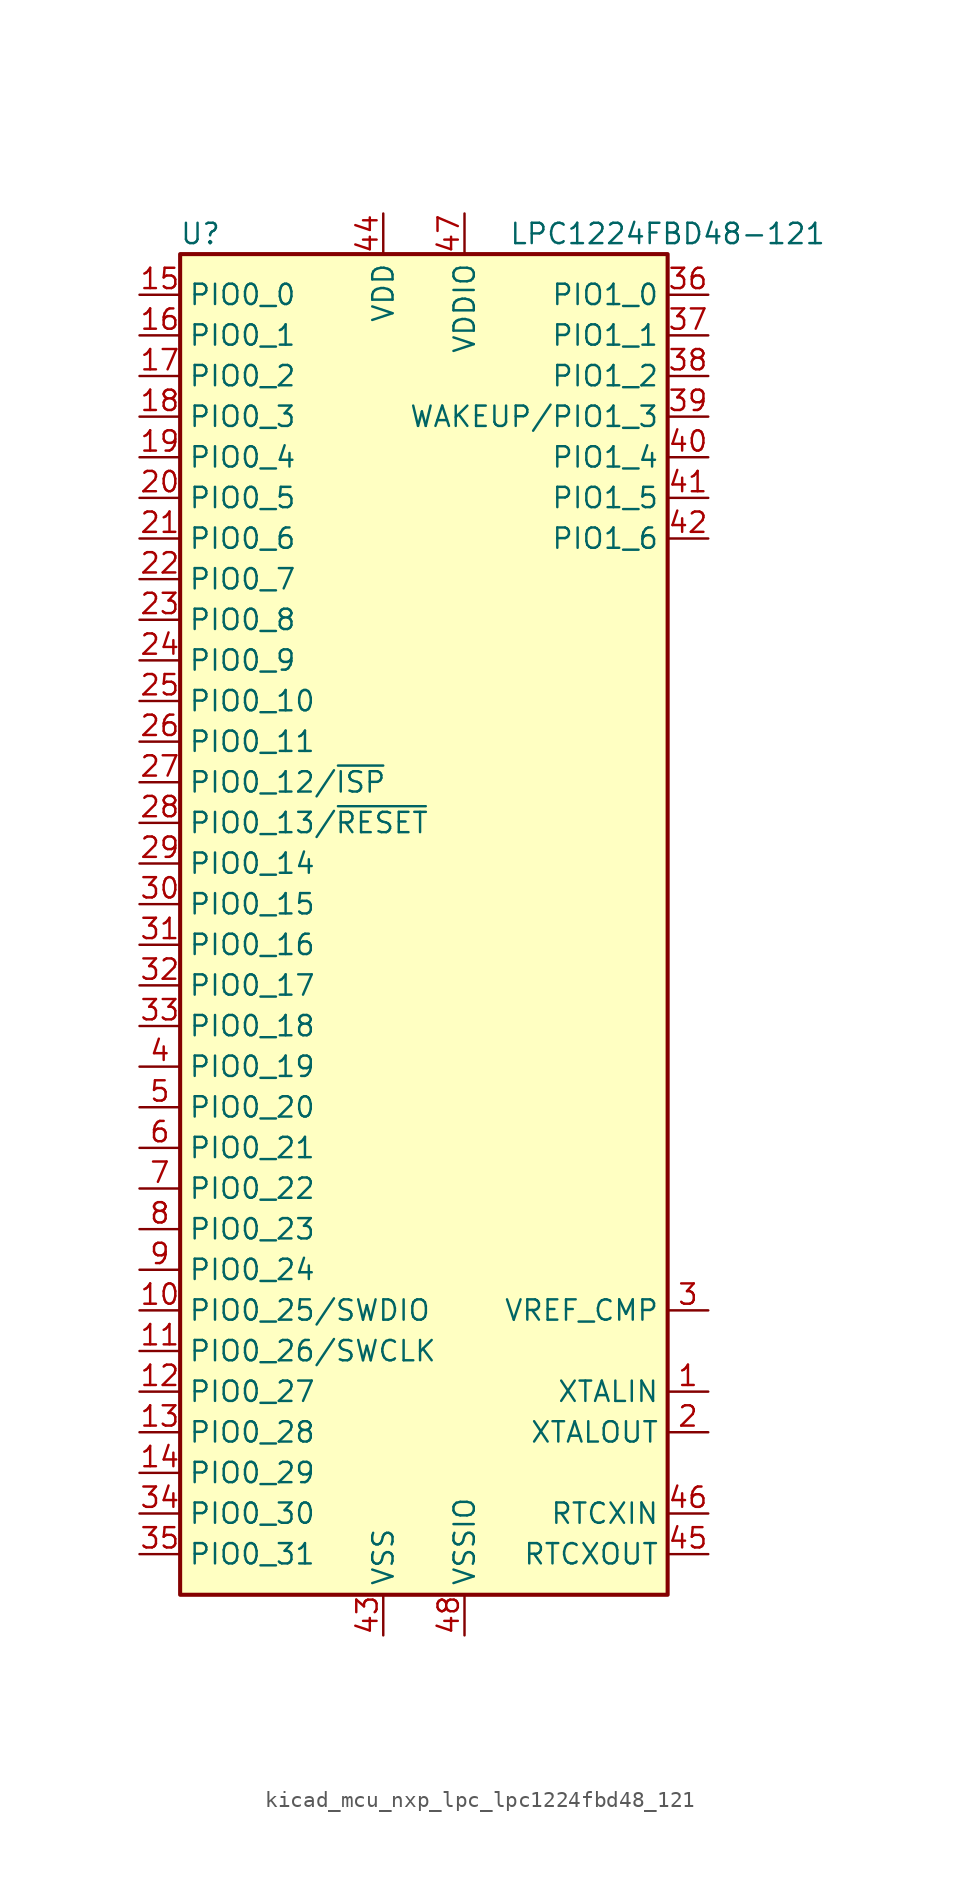
<source format=kicad_sym>
(kicad_symbol_lib
  (version 20220914)
  (generator kicad_symbol_editor)
  (symbol "kicad_mcu_nxp_lpc_lpc1224fbd48_121"
    (property "Reference" "U"
      (at -13.97 44.45 0)
      (effects (font (size 1.27 1.27))))
    (property "Value" "LPC1224FBD48-121"
      (at 15.24 44.45 0)
      (effects (font (size 1.27 1.27))))
    (symbol "kicad_mcu_nxp_lpc_lpc1224fbd48_121_0_1"
      (rectangle (start -15.24 43.18) (end 15.24 -40.64) (stroke (width 0.254) (type default)) (fill (type background))))
    (symbol "kicad_mcu_nxp_lpc_lpc1224fbd48_121_1_1"
      (pin input line (at 17.78 -27.94 180) (length 2.54) (name "XTALIN" (effects (font (size 1.27 1.27)))) (number "1" (effects (font (size 1.27 1.27)))))
      (pin bidirectional line (at -17.78 -22.86 0) (length 2.54) (name "PIO0_25/SWDIO" (effects (font (size 1.27 1.27)))) (number "10" (effects (font (size 1.27 1.27)))))
      (pin bidirectional line (at -17.78 -25.4 0) (length 2.54) (name "PIO0_26/SWCLK" (effects (font (size 1.27 1.27)))) (number "11" (effects (font (size 1.27 1.27)))))
      (pin bidirectional line (at -17.78 -27.94 0) (length 2.54) (name "PIO0_27" (effects (font (size 1.27 1.27)))) (number "12" (effects (font (size 1.27 1.27)))))
      (pin bidirectional line (at -17.78 -30.48 0) (length 2.54) (name "PIO0_28" (effects (font (size 1.27 1.27)))) (number "13" (effects (font (size 1.27 1.27)))))
      (pin bidirectional line (at -17.78 -33.02 0) (length 2.54) (name "PIO0_29" (effects (font (size 1.27 1.27)))) (number "14" (effects (font (size 1.27 1.27)))))
      (pin bidirectional line (at -17.78 40.64 0) (length 2.54) (name "PIO0_0" (effects (font (size 1.27 1.27)))) (number "15" (effects (font (size 1.27 1.27)))))
      (pin bidirectional line (at -17.78 38.1 0) (length 2.54) (name "PIO0_1" (effects (font (size 1.27 1.27)))) (number "16" (effects (font (size 1.27 1.27)))))
      (pin bidirectional line (at -17.78 35.56 0) (length 2.54) (name "PIO0_2" (effects (font (size 1.27 1.27)))) (number "17" (effects (font (size 1.27 1.27)))))
      (pin bidirectional line (at -17.78 33.02 0) (length 2.54) (name "PIO0_3" (effects (font (size 1.27 1.27)))) (number "18" (effects (font (size 1.27 1.27)))))
      (pin bidirectional line (at -17.78 30.48 0) (length 2.54) (name "PIO0_4" (effects (font (size 1.27 1.27)))) (number "19" (effects (font (size 1.27 1.27)))))
      (pin output line (at 17.78 -30.48 180) (length 2.54) (name "XTALOUT" (effects (font (size 1.27 1.27)))) (number "2" (effects (font (size 1.27 1.27)))))
      (pin bidirectional line (at -17.78 27.94 0) (length 2.54) (name "PIO0_5" (effects (font (size 1.27 1.27)))) (number "20" (effects (font (size 1.27 1.27)))))
      (pin bidirectional line (at -17.78 25.4 0) (length 2.54) (name "PIO0_6" (effects (font (size 1.27 1.27)))) (number "21" (effects (font (size 1.27 1.27)))))
      (pin bidirectional line (at -17.78 22.86 0) (length 2.54) (name "PIO0_7" (effects (font (size 1.27 1.27)))) (number "22" (effects (font (size 1.27 1.27)))))
      (pin bidirectional line (at -17.78 20.32 0) (length 2.54) (name "PIO0_8" (effects (font (size 1.27 1.27)))) (number "23" (effects (font (size 1.27 1.27)))))
      (pin bidirectional line (at -17.78 17.78 0) (length 2.54) (name "PIO0_9" (effects (font (size 1.27 1.27)))) (number "24" (effects (font (size 1.27 1.27)))))
      (pin bidirectional line (at -17.78 15.24 0) (length 2.54) (name "PIO0_10" (effects (font (size 1.27 1.27)))) (number "25" (effects (font (size 1.27 1.27)))))
      (pin bidirectional line (at -17.78 12.7 0) (length 2.54) (name "PIO0_11" (effects (font (size 1.27 1.27)))) (number "26" (effects (font (size 1.27 1.27)))))
      (pin bidirectional line (at -17.78 10.16 0) (length 2.54) (name "PIO0_12/~{ISP}" (effects (font (size 1.27 1.27)))) (number "27" (effects (font (size 1.27 1.27)))))
      (pin bidirectional line (at -17.78 7.62 0) (length 2.54) (name "PIO0_13/~{RESET}" (effects (font (size 1.27 1.27)))) (number "28" (effects (font (size 1.27 1.27)))))
      (pin bidirectional line (at -17.78 5.08 0) (length 2.54) (name "PIO0_14" (effects (font (size 1.27 1.27)))) (number "29" (effects (font (size 1.27 1.27)))))
      (pin input line (at 17.78 -22.86 180) (length 2.54) (name "VREF_CMP" (effects (font (size 1.27 1.27)))) (number "3" (effects (font (size 1.27 1.27)))))
      (pin bidirectional line (at -17.78 2.54 0) (length 2.54) (name "PIO0_15" (effects (font (size 1.27 1.27)))) (number "30" (effects (font (size 1.27 1.27)))))
      (pin bidirectional line (at -17.78 0 0) (length 2.54) (name "PIO0_16" (effects (font (size 1.27 1.27)))) (number "31" (effects (font (size 1.27 1.27)))))
      (pin bidirectional line (at -17.78 -2.54 0) (length 2.54) (name "PIO0_17" (effects (font (size 1.27 1.27)))) (number "32" (effects (font (size 1.27 1.27)))))
      (pin bidirectional line (at -17.78 -5.08 0) (length 2.54) (name "PIO0_18" (effects (font (size 1.27 1.27)))) (number "33" (effects (font (size 1.27 1.27)))))
      (pin bidirectional line (at -17.78 -35.56 0) (length 2.54) (name "PIO0_30" (effects (font (size 1.27 1.27)))) (number "34" (effects (font (size 1.27 1.27)))))
      (pin bidirectional line (at -17.78 -38.1 0) (length 2.54) (name "PIO0_31" (effects (font (size 1.27 1.27)))) (number "35" (effects (font (size 1.27 1.27)))))
      (pin bidirectional line (at 17.78 40.64 180) (length 2.54) (name "PIO1_0" (effects (font (size 1.27 1.27)))) (number "36" (effects (font (size 1.27 1.27)))))
      (pin bidirectional line (at 17.78 38.1 180) (length 2.54) (name "PIO1_1" (effects (font (size 1.27 1.27)))) (number "37" (effects (font (size 1.27 1.27)))))
      (pin bidirectional line (at 17.78 35.56 180) (length 2.54) (name "PIO1_2" (effects (font (size 1.27 1.27)))) (number "38" (effects (font (size 1.27 1.27)))))
      (pin bidirectional line (at 17.78 33.02 180) (length 2.54) (name "WAKEUP/PIO1_3" (effects (font (size 1.27 1.27)))) (number "39" (effects (font (size 1.27 1.27)))))
      (pin bidirectional line (at -17.78 -7.62 0) (length 2.54) (name "PIO0_19" (effects (font (size 1.27 1.27)))) (number "4" (effects (font (size 1.27 1.27)))))
      (pin bidirectional line (at 17.78 30.48 180) (length 2.54) (name "PIO1_4" (effects (font (size 1.27 1.27)))) (number "40" (effects (font (size 1.27 1.27)))))
      (pin bidirectional line (at 17.78 27.94 180) (length 2.54) (name "PIO1_5" (effects (font (size 1.27 1.27)))) (number "41" (effects (font (size 1.27 1.27)))))
      (pin bidirectional line (at 17.78 25.4 180) (length 2.54) (name "PIO1_6" (effects (font (size 1.27 1.27)))) (number "42" (effects (font (size 1.27 1.27)))))
      (pin power_in line (at -2.54 -43.18 90) (length 2.54) (name "VSS" (effects (font (size 1.27 1.27)))) (number "43" (effects (font (size 1.27 1.27)))))
      (pin power_in line (at -2.54 45.72 270) (length 2.54) (name "VDD" (effects (font (size 1.27 1.27)))) (number "44" (effects (font (size 1.27 1.27)))))
      (pin output line (at 17.78 -38.1 180) (length 2.54) (name "RTCXOUT" (effects (font (size 1.27 1.27)))) (number "45" (effects (font (size 1.27 1.27)))))
      (pin input line (at 17.78 -35.56 180) (length 2.54) (name "RTCXIN" (effects (font (size 1.27 1.27)))) (number "46" (effects (font (size 1.27 1.27)))))
      (pin power_in line (at 2.54 45.72 270) (length 2.54) (name "VDDIO" (effects (font (size 1.27 1.27)))) (number "47" (effects (font (size 1.27 1.27)))))
      (pin power_in line (at 2.54 -43.18 90) (length 2.54) (name "VSSIO" (effects (font (size 1.27 1.27)))) (number "48" (effects (font (size 1.27 1.27)))))
      (pin bidirectional line (at -17.78 -10.16 0) (length 2.54) (name "PIO0_20" (effects (font (size 1.27 1.27)))) (number "5" (effects (font (size 1.27 1.27)))))
      (pin bidirectional line (at -17.78 -12.7 0) (length 2.54) (name "PIO0_21" (effects (font (size 1.27 1.27)))) (number "6" (effects (font (size 1.27 1.27)))))
      (pin bidirectional line (at -17.78 -15.24 0) (length 2.54) (name "PIO0_22" (effects (font (size 1.27 1.27)))) (number "7" (effects (font (size 1.27 1.27)))))
      (pin bidirectional line (at -17.78 -17.78 0) (length 2.54) (name "PIO0_23" (effects (font (size 1.27 1.27)))) (number "8" (effects (font (size 1.27 1.27)))))
      (pin bidirectional line (at -17.78 -20.32 0) (length 2.54) (name "PIO0_24" (effects (font (size 1.27 1.27)))) (number "9" (effects (font (size 1.27 1.27))))))))
</source>
